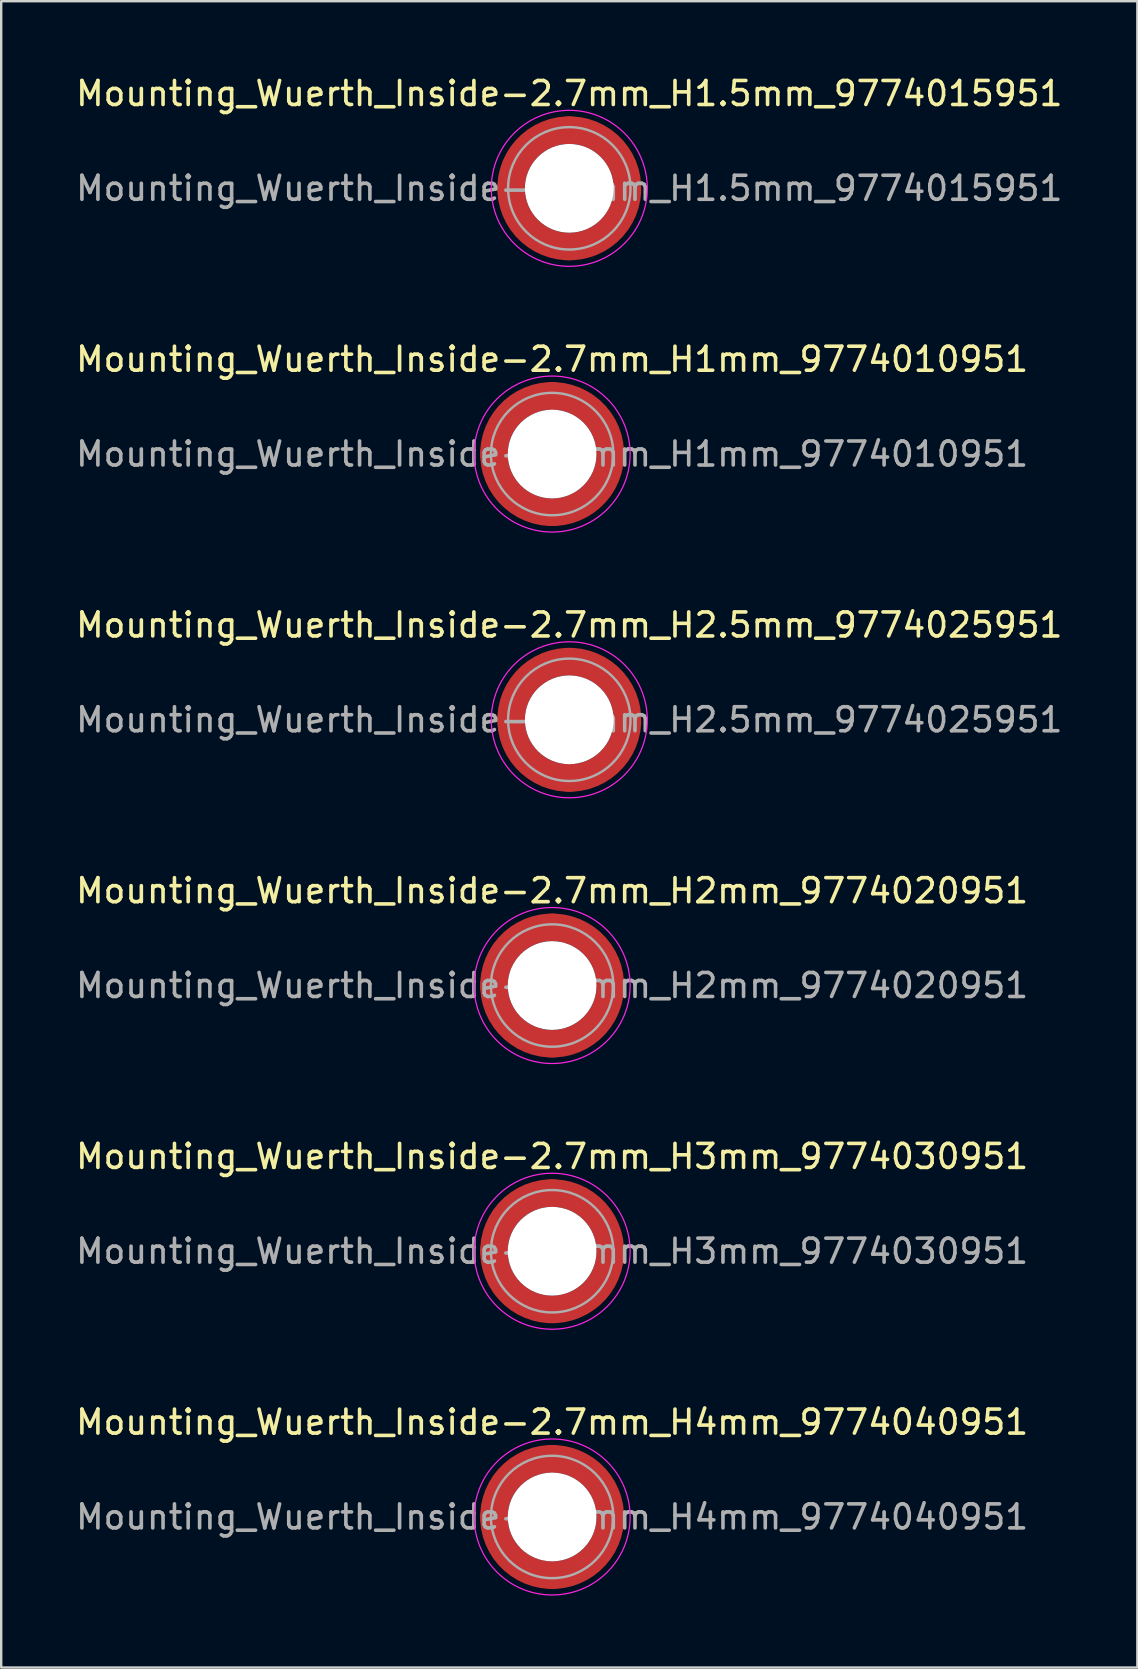
<source format=kicad_pcb>
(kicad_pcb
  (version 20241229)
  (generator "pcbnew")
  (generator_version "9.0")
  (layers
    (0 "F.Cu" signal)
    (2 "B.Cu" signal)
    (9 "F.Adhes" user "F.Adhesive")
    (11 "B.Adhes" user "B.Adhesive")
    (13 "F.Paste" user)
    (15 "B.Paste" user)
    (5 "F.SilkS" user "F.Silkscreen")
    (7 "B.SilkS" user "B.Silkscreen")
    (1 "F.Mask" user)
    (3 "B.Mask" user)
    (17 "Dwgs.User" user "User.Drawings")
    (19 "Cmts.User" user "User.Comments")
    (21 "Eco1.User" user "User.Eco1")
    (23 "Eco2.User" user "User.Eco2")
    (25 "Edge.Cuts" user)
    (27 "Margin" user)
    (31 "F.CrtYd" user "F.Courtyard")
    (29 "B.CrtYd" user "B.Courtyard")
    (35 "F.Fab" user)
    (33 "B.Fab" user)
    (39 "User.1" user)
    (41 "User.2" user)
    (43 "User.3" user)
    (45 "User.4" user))
  (footprint "Mounting_Wuerth_Inside-2.7mm_H2.5mm_9774025951"
    (layer "F.Cu")
    (at 20.673 26.945)
    (property "Reference" "Mounting_Wuerth_Inside-2.7mm_H2.5mm_9774025951" (at 0 -3.95 0) (layer "F.SilkS") (effects (font (size 1 1) (thickness 0.15))))
    (attr smd)
    (fp_circle (center 0 0) (end 3.25 0) (stroke (width 0.05) (type solid)) (fill no) (layer "F.CrtYd"))
    (fp_circle (center 0 0) (end 2.55 0) (stroke (width 0.1) (type solid)) (fill no) (layer "F.Fab"))
    (fp_text user "${REFERENCE}" (at 0 0 0) (layer "F.Fab") (effects (font (size 1 1) (thickness 0.15))))
    (pad "" smd custom (at -1.704 -1.704) (size 1.02 1.02) (layers "F.Paste") (options (anchor circle)) (primitives (gr_arc (start -0.371355 1.124127) (mid 0.180312 0.180312) (end 1.124127 -0.371355) (width 0.51)) (gr_arc (start -0.635039 1.124127) (mid 0 0) (end 1.124127 -0.635039) (width 0.51)) (gr_arc (start -0.896993 1.124127) (mid -0.180313 -0.180313) (end 1.124127 -0.896993) (width 0.51)) (gr_line (start 1.124 -0.371) (end 1.124 -0.897) (width 0.51)) (gr_line (start -0.371 1.124) (end -0.897 1.124) (width 0.51))))
    (pad "" smd custom (at -1.704 1.704) (size 1.02 1.02) (layers "F.Paste") (options (anchor circle)) (primitives (gr_arc (start 1.124127 0.371355) (mid 0.180312 -0.180312) (end -0.371355 -1.124127) (width 0.51)) (gr_arc (start 1.124127 0.635039) (mid 0 0) (end -0.635039 -1.124127) (width 0.51)) (gr_arc (start 1.124127 0.896993) (mid -0.180313 0.180313) (end -0.896993 -1.124127) (width 0.51)) (gr_line (start -0.371 -1.124) (end -0.897 -1.124) (width 0.51)) (gr_line (start 1.124 0.371) (end 1.124 0.897) (width 0.51))))
    (pad "" np_thru_hole circle (at 0 0) (size 3.7 3.7) (drill 3.7) (layers "*.Cu" "*.Mask"))
    (pad "" smd custom (at 1.704 -1.704) (size 1.02 1.02) (layers "F.Paste") (options (anchor circle)) (primitives (gr_arc (start -1.124127 -0.371355) (mid -0.180312 0.180312) (end 0.371355 1.124127) (width 0.51)) (gr_arc (start -1.124127 -0.635039) (mid 0 0) (end 0.635039 1.124127) (width 0.51)) (gr_arc (start -1.124127 -0.896993) (mid 0.180313 -0.180313) (end 0.896993 1.124127) (width 0.51)) (gr_line (start 0.371 1.124) (end 0.897 1.124) (width 0.51)) (gr_line (start -1.124 -0.371) (end -1.124 -0.897) (width 0.51))))
    (pad "" smd custom (at 1.704 1.704) (size 1.02 1.02) (layers "F.Paste") (options (anchor circle)) (primitives (gr_arc (start 0.371355 -1.124127) (mid -0.180312 -0.180312) (end -1.124127 0.371355) (width 0.51)) (gr_arc (start 0.635039 -1.124127) (mid 0 0) (end -1.124127 0.635039) (width 0.51)) (gr_arc (start 0.896993 -1.124127) (mid 0.180313 0.180313) (end -1.124127 0.896993) (width 0.51)) (gr_line (start -1.124 0.371) (end -1.124 0.897) (width 0.51)) (gr_line (start 0.371 -1.124) (end 0.897 -1.124) (width 0.51))))
    (pad "1" smd circle (at -2.425 0) (size 1.15 1.15) (layers "F.Cu"))
    (pad "1" smd circle (at 0 -2.425) (size 1.15 1.15) (layers "F.Cu"))
    (pad "1" smd circle (at 0 2.425) (size 1.15 1.15) (layers "F.Cu"))
    (pad "1" smd custom (at 2.425 0) (size 1.15 1.15) (layers "F.Cu" "F.Mask") (options (anchor circle)) (primitives (gr_circle (center -2.425 0) (end 0 0) (width 1.15) (fill no)))))
  (footprint "Mounting_Wuerth_Inside-2.7mm_H2mm_9774020951"
    (layer "F.Cu")
    (at 19.958 38.018)
    (property "Reference" "Mounting_Wuerth_Inside-2.7mm_H2mm_9774020951" (at 0 -3.95 0) (layer "F.SilkS") (effects (font (size 1 1) (thickness 0.15))))
    (attr smd)
    (fp_circle (center 0 0) (end 3.25 0) (stroke (width 0.05) (type solid)) (fill no) (layer "F.CrtYd"))
    (fp_circle (center 0 0) (end 2.55 0) (stroke (width 0.1) (type solid)) (fill no) (layer "F.Fab"))
    (fp_text user "${REFERENCE}" (at 0 0 0) (layer "F.Fab") (effects (font (size 1 1) (thickness 0.15))))
    (pad "" smd custom (at -1.704 -1.704) (size 1.02 1.02) (layers "F.Paste") (options (anchor circle)) (primitives (gr_arc (start -0.371355 1.124127) (mid 0.180312 0.180312) (end 1.124127 -0.371355) (width 0.51)) (gr_arc (start -0.635039 1.124127) (mid 0 0) (end 1.124127 -0.635039) (width 0.51)) (gr_arc (start -0.896993 1.124127) (mid -0.180313 -0.180313) (end 1.124127 -0.896993) (width 0.51)) (gr_line (start 1.124 -0.371) (end 1.124 -0.897) (width 0.51)) (gr_line (start -0.371 1.124) (end -0.897 1.124) (width 0.51))))
    (pad "" smd custom (at -1.704 1.704) (size 1.02 1.02) (layers "F.Paste") (options (anchor circle)) (primitives (gr_arc (start 1.124127 0.371355) (mid 0.180312 -0.180312) (end -0.371355 -1.124127) (width 0.51)) (gr_arc (start 1.124127 0.635039) (mid 0 0) (end -0.635039 -1.124127) (width 0.51)) (gr_arc (start 1.124127 0.896993) (mid -0.180313 0.180313) (end -0.896993 -1.124127) (width 0.51)) (gr_line (start -0.371 -1.124) (end -0.897 -1.124) (width 0.51)) (gr_line (start 1.124 0.371) (end 1.124 0.897) (width 0.51))))
    (pad "" np_thru_hole circle (at 0 0) (size 3.7 3.7) (drill 3.7) (layers "*.Cu" "*.Mask"))
    (pad "" smd custom (at 1.704 -1.704) (size 1.02 1.02) (layers "F.Paste") (options (anchor circle)) (primitives (gr_arc (start -1.124127 -0.371355) (mid -0.180312 0.180312) (end 0.371355 1.124127) (width 0.51)) (gr_arc (start -1.124127 -0.635039) (mid 0 0) (end 0.635039 1.124127) (width 0.51)) (gr_arc (start -1.124127 -0.896993) (mid 0.180313 -0.180313) (end 0.896993 1.124127) (width 0.51)) (gr_line (start 0.371 1.124) (end 0.897 1.124) (width 0.51)) (gr_line (start -1.124 -0.371) (end -1.124 -0.897) (width 0.51))))
    (pad "" smd custom (at 1.704 1.704) (size 1.02 1.02) (layers "F.Paste") (options (anchor circle)) (primitives (gr_arc (start 0.371355 -1.124127) (mid -0.180312 -0.180312) (end -1.124127 0.371355) (width 0.51)) (gr_arc (start 0.635039 -1.124127) (mid 0 0) (end -1.124127 0.635039) (width 0.51)) (gr_arc (start 0.896993 -1.124127) (mid 0.180313 0.180313) (end -1.124127 0.896993) (width 0.51)) (gr_line (start -1.124 0.371) (end -1.124 0.897) (width 0.51)) (gr_line (start 0.371 -1.124) (end 0.897 -1.124) (width 0.51))))
    (pad "1" smd circle (at -2.425 0) (size 1.15 1.15) (layers "F.Cu"))
    (pad "1" smd circle (at 0 -2.425) (size 1.15 1.15) (layers "F.Cu"))
    (pad "1" smd circle (at 0 2.425) (size 1.15 1.15) (layers "F.Cu"))
    (pad "1" smd custom (at 2.425 0) (size 1.15 1.15) (layers "F.Cu" "F.Mask") (options (anchor circle)) (primitives (gr_circle (center -2.425 0) (end 0 0) (width 1.15) (fill no)))))
  (footprint "Mounting_Wuerth_Inside-2.7mm_H4mm_9774040951"
    (layer "F.Cu")
    (at 19.958 60.164)
    (property "Reference" "Mounting_Wuerth_Inside-2.7mm_H4mm_9774040951" (at 0 -3.95 0) (layer "F.SilkS") (effects (font (size 1 1) (thickness 0.15))))
    (attr smd)
    (fp_circle (center 0 0) (end 3.25 0) (stroke (width 0.05) (type solid)) (fill no) (layer "F.CrtYd"))
    (fp_circle (center 0 0) (end 2.55 0) (stroke (width 0.1) (type solid)) (fill no) (layer "F.Fab"))
    (fp_text user "${REFERENCE}" (at 0 0 0) (layer "F.Fab") (effects (font (size 1 1) (thickness 0.15))))
    (pad "" smd custom (at -1.704 -1.704) (size 1.02 1.02) (layers "F.Paste") (options (anchor circle)) (primitives (gr_arc (start -0.371355 1.124127) (mid 0.180312 0.180312) (end 1.124127 -0.371355) (width 0.51)) (gr_arc (start -0.635039 1.124127) (mid 0 0) (end 1.124127 -0.635039) (width 0.51)) (gr_arc (start -0.896993 1.124127) (mid -0.180313 -0.180313) (end 1.124127 -0.896993) (width 0.51)) (gr_line (start 1.124 -0.371) (end 1.124 -0.897) (width 0.51)) (gr_line (start -0.371 1.124) (end -0.897 1.124) (width 0.51))))
    (pad "" smd custom (at -1.704 1.704) (size 1.02 1.02) (layers "F.Paste") (options (anchor circle)) (primitives (gr_arc (start 1.124127 0.371355) (mid 0.180312 -0.180312) (end -0.371355 -1.124127) (width 0.51)) (gr_arc (start 1.124127 0.635039) (mid 0 0) (end -0.635039 -1.124127) (width 0.51)) (gr_arc (start 1.124127 0.896993) (mid -0.180313 0.180313) (end -0.896993 -1.124127) (width 0.51)) (gr_line (start -0.371 -1.124) (end -0.897 -1.124) (width 0.51)) (gr_line (start 1.124 0.371) (end 1.124 0.897) (width 0.51))))
    (pad "" np_thru_hole circle (at 0 0) (size 3.7 3.7) (drill 3.7) (layers "*.Cu" "*.Mask"))
    (pad "" smd custom (at 1.704 -1.704) (size 1.02 1.02) (layers "F.Paste") (options (anchor circle)) (primitives (gr_arc (start -1.124127 -0.371355) (mid -0.180312 0.180312) (end 0.371355 1.124127) (width 0.51)) (gr_arc (start -1.124127 -0.635039) (mid 0 0) (end 0.635039 1.124127) (width 0.51)) (gr_arc (start -1.124127 -0.896993) (mid 0.180313 -0.180313) (end 0.896993 1.124127) (width 0.51)) (gr_line (start 0.371 1.124) (end 0.897 1.124) (width 0.51)) (gr_line (start -1.124 -0.371) (end -1.124 -0.897) (width 0.51))))
    (pad "" smd custom (at 1.704 1.704) (size 1.02 1.02) (layers "F.Paste") (options (anchor circle)) (primitives (gr_arc (start 0.371355 -1.124127) (mid -0.180312 -0.180312) (end -1.124127 0.371355) (width 0.51)) (gr_arc (start 0.635039 -1.124127) (mid 0 0) (end -1.124127 0.635039) (width 0.51)) (gr_arc (start 0.896993 -1.124127) (mid 0.180313 0.180313) (end -1.124127 0.896993) (width 0.51)) (gr_line (start -1.124 0.371) (end -1.124 0.897) (width 0.51)) (gr_line (start 0.371 -1.124) (end 0.897 -1.124) (width 0.51))))
    (pad "1" smd circle (at -2.425 0) (size 1.15 1.15) (layers "F.Cu"))
    (pad "1" smd circle (at 0 -2.425) (size 1.15 1.15) (layers "F.Cu"))
    (pad "1" smd circle (at 0 2.425) (size 1.15 1.15) (layers "F.Cu"))
    (pad "1" smd custom (at 2.425 0) (size 1.15 1.15) (layers "F.Cu" "F.Mask") (options (anchor circle)) (primitives (gr_circle (center -2.425 0) (end 0 0) (width 1.15) (fill no)))))
  (footprint "Mounting_Wuerth_Inside-2.7mm_H3mm_9774030951"
    (layer "F.Cu")
    (at 19.958 49.091)
    (property "Reference" "Mounting_Wuerth_Inside-2.7mm_H3mm_9774030951" (at 0 -3.95 0) (layer "F.SilkS") (effects (font (size 1 1) (thickness 0.15))))
    (attr smd)
    (fp_circle (center 0 0) (end 3.25 0) (stroke (width 0.05) (type solid)) (fill no) (layer "F.CrtYd"))
    (fp_circle (center 0 0) (end 2.55 0) (stroke (width 0.1) (type solid)) (fill no) (layer "F.Fab"))
    (fp_text user "${REFERENCE}" (at 0 0 0) (layer "F.Fab") (effects (font (size 1 1) (thickness 0.15))))
    (pad "" smd custom (at -1.704 -1.704) (size 1.02 1.02) (layers "F.Paste") (options (anchor circle)) (primitives (gr_arc (start -0.371355 1.124127) (mid 0.180312 0.180312) (end 1.124127 -0.371355) (width 0.51)) (gr_arc (start -0.635039 1.124127) (mid 0 0) (end 1.124127 -0.635039) (width 0.51)) (gr_arc (start -0.896993 1.124127) (mid -0.180313 -0.180313) (end 1.124127 -0.896993) (width 0.51)) (gr_line (start 1.124 -0.371) (end 1.124 -0.897) (width 0.51)) (gr_line (start -0.371 1.124) (end -0.897 1.124) (width 0.51))))
    (pad "" smd custom (at -1.704 1.704) (size 1.02 1.02) (layers "F.Paste") (options (anchor circle)) (primitives (gr_arc (start 1.124127 0.371355) (mid 0.180312 -0.180312) (end -0.371355 -1.124127) (width 0.51)) (gr_arc (start 1.124127 0.635039) (mid 0 0) (end -0.635039 -1.124127) (width 0.51)) (gr_arc (start 1.124127 0.896993) (mid -0.180313 0.180313) (end -0.896993 -1.124127) (width 0.51)) (gr_line (start -0.371 -1.124) (end -0.897 -1.124) (width 0.51)) (gr_line (start 1.124 0.371) (end 1.124 0.897) (width 0.51))))
    (pad "" np_thru_hole circle (at 0 0) (size 3.7 3.7) (drill 3.7) (layers "*.Cu" "*.Mask"))
    (pad "" smd custom (at 1.704 -1.704) (size 1.02 1.02) (layers "F.Paste") (options (anchor circle)) (primitives (gr_arc (start -1.124127 -0.371355) (mid -0.180312 0.180312) (end 0.371355 1.124127) (width 0.51)) (gr_arc (start -1.124127 -0.635039) (mid 0 0) (end 0.635039 1.124127) (width 0.51)) (gr_arc (start -1.124127 -0.896993) (mid 0.180313 -0.180313) (end 0.896993 1.124127) (width 0.51)) (gr_line (start 0.371 1.124) (end 0.897 1.124) (width 0.51)) (gr_line (start -1.124 -0.371) (end -1.124 -0.897) (width 0.51))))
    (pad "" smd custom (at 1.704 1.704) (size 1.02 1.02) (layers "F.Paste") (options (anchor circle)) (primitives (gr_arc (start 0.371355 -1.124127) (mid -0.180312 -0.180312) (end -1.124127 0.371355) (width 0.51)) (gr_arc (start 0.635039 -1.124127) (mid 0 0) (end -1.124127 0.635039) (width 0.51)) (gr_arc (start 0.896993 -1.124127) (mid 0.180313 0.180313) (end -1.124127 0.896993) (width 0.51)) (gr_line (start -1.124 0.371) (end -1.124 0.897) (width 0.51)) (gr_line (start 0.371 -1.124) (end 0.897 -1.124) (width 0.51))))
    (pad "1" smd circle (at -2.425 0) (size 1.15 1.15) (layers "F.Cu"))
    (pad "1" smd circle (at 0 -2.425) (size 1.15 1.15) (layers "F.Cu"))
    (pad "1" smd circle (at 0 2.425) (size 1.15 1.15) (layers "F.Cu"))
    (pad "1" smd custom (at 2.425 0) (size 1.15 1.15) (layers "F.Cu" "F.Mask") (options (anchor circle)) (primitives (gr_circle (center -2.425 0) (end 0 0) (width 1.15) (fill no)))))
  (footprint "Mounting_Wuerth_Inside-2.7mm_H1mm_9774010951"
    (layer "F.Cu")
    (at 19.958 15.871)
    (property "Reference" "Mounting_Wuerth_Inside-2.7mm_H1mm_9774010951" (at 0 -3.95 0) (layer "F.SilkS") (effects (font (size 1 1) (thickness 0.15))))
    (attr smd)
    (fp_circle (center 0 0) (end 3.25 0) (stroke (width 0.05) (type solid)) (fill no) (layer "F.CrtYd"))
    (fp_circle (center 0 0) (end 2.55 0) (stroke (width 0.1) (type solid)) (fill no) (layer "F.Fab"))
    (fp_text user "${REFERENCE}" (at 0 0 0) (layer "F.Fab") (effects (font (size 1 1) (thickness 0.15))))
    (pad "" smd custom (at -1.704 -1.704) (size 1.02 1.02) (layers "F.Paste") (options (anchor circle)) (primitives (gr_arc (start -0.371355 1.124127) (mid 0.180312 0.180312) (end 1.124127 -0.371355) (width 0.51)) (gr_arc (start -0.635039 1.124127) (mid 0 0) (end 1.124127 -0.635039) (width 0.51)) (gr_arc (start -0.896993 1.124127) (mid -0.180313 -0.180313) (end 1.124127 -0.896993) (width 0.51)) (gr_line (start 1.124 -0.371) (end 1.124 -0.897) (width 0.51)) (gr_line (start -0.371 1.124) (end -0.897 1.124) (width 0.51))))
    (pad "" smd custom (at -1.704 1.704) (size 1.02 1.02) (layers "F.Paste") (options (anchor circle)) (primitives (gr_arc (start 1.124127 0.371355) (mid 0.180312 -0.180312) (end -0.371355 -1.124127) (width 0.51)) (gr_arc (start 1.124127 0.635039) (mid 0 0) (end -0.635039 -1.124127) (width 0.51)) (gr_arc (start 1.124127 0.896993) (mid -0.180313 0.180313) (end -0.896993 -1.124127) (width 0.51)) (gr_line (start -0.371 -1.124) (end -0.897 -1.124) (width 0.51)) (gr_line (start 1.124 0.371) (end 1.124 0.897) (width 0.51))))
    (pad "" np_thru_hole circle (at 0 0) (size 3.7 3.7) (drill 3.7) (layers "*.Cu" "*.Mask"))
    (pad "" smd custom (at 1.704 -1.704) (size 1.02 1.02) (layers "F.Paste") (options (anchor circle)) (primitives (gr_arc (start -1.124127 -0.371355) (mid -0.180312 0.180312) (end 0.371355 1.124127) (width 0.51)) (gr_arc (start -1.124127 -0.635039) (mid 0 0) (end 0.635039 1.124127) (width 0.51)) (gr_arc (start -1.124127 -0.896993) (mid 0.180313 -0.180313) (end 0.896993 1.124127) (width 0.51)) (gr_line (start 0.371 1.124) (end 0.897 1.124) (width 0.51)) (gr_line (start -1.124 -0.371) (end -1.124 -0.897) (width 0.51))))
    (pad "" smd custom (at 1.704 1.704) (size 1.02 1.02) (layers "F.Paste") (options (anchor circle)) (primitives (gr_arc (start 0.371355 -1.124127) (mid -0.180312 -0.180312) (end -1.124127 0.371355) (width 0.51)) (gr_arc (start 0.635039 -1.124127) (mid 0 0) (end -1.124127 0.635039) (width 0.51)) (gr_arc (start 0.896993 -1.124127) (mid 0.180313 0.180313) (end -1.124127 0.896993) (width 0.51)) (gr_line (start -1.124 0.371) (end -1.124 0.897) (width 0.51)) (gr_line (start 0.371 -1.124) (end 0.897 -1.124) (width 0.51))))
    (pad "1" smd circle (at -2.425 0) (size 1.15 1.15) (layers "F.Cu"))
    (pad "1" smd circle (at 0 -2.425) (size 1.15 1.15) (layers "F.Cu"))
    (pad "1" smd circle (at 0 2.425) (size 1.15 1.15) (layers "F.Cu"))
    (pad "1" smd custom (at 2.425 0) (size 1.15 1.15) (layers "F.Cu" "F.Mask") (options (anchor circle)) (primitives (gr_circle (center -2.425 0) (end 0 0) (width 1.15) (fill no)))))
  (footprint "Mounting_Wuerth_Inside-2.7mm_H1.5mm_9774015951"
    (layer "F.Cu")
    (at 20.673 4.798)
    (property "Reference" "Mounting_Wuerth_Inside-2.7mm_H1.5mm_9774015951" (at 0 -3.95 0) (layer "F.SilkS") (effects (font (size 1 1) (thickness 0.15))))
    (attr smd)
    (fp_circle (center 0 0) (end 3.25 0) (stroke (width 0.05) (type solid)) (fill no) (layer "F.CrtYd"))
    (fp_circle (center 0 0) (end 2.55 0) (stroke (width 0.1) (type solid)) (fill no) (layer "F.Fab"))
    (fp_text user "${REFERENCE}" (at 0 0 0) (layer "F.Fab") (effects (font (size 1 1) (thickness 0.15))))
    (pad "" smd custom (at -1.704 -1.704) (size 1.02 1.02) (layers "F.Paste") (options (anchor circle)) (primitives (gr_arc (start -0.371355 1.124127) (mid 0.180312 0.180312) (end 1.124127 -0.371355) (width 0.51)) (gr_arc (start -0.635039 1.124127) (mid 0 0) (end 1.124127 -0.635039) (width 0.51)) (gr_arc (start -0.896993 1.124127) (mid -0.180313 -0.180313) (end 1.124127 -0.896993) (width 0.51)) (gr_line (start 1.124 -0.371) (end 1.124 -0.897) (width 0.51)) (gr_line (start -0.371 1.124) (end -0.897 1.124) (width 0.51))))
    (pad "" smd custom (at -1.704 1.704) (size 1.02 1.02) (layers "F.Paste") (options (anchor circle)) (primitives (gr_arc (start 1.124127 0.371355) (mid 0.180312 -0.180312) (end -0.371355 -1.124127) (width 0.51)) (gr_arc (start 1.124127 0.635039) (mid 0 0) (end -0.635039 -1.124127) (width 0.51)) (gr_arc (start 1.124127 0.896993) (mid -0.180313 0.180313) (end -0.896993 -1.124127) (width 0.51)) (gr_line (start -0.371 -1.124) (end -0.897 -1.124) (width 0.51)) (gr_line (start 1.124 0.371) (end 1.124 0.897) (width 0.51))))
    (pad "" np_thru_hole circle (at 0 0) (size 3.7 3.7) (drill 3.7) (layers "*.Cu" "*.Mask"))
    (pad "" smd custom (at 1.704 -1.704) (size 1.02 1.02) (layers "F.Paste") (options (anchor circle)) (primitives (gr_arc (start -1.124127 -0.371355) (mid -0.180312 0.180312) (end 0.371355 1.124127) (width 0.51)) (gr_arc (start -1.124127 -0.635039) (mid 0 0) (end 0.635039 1.124127) (width 0.51)) (gr_arc (start -1.124127 -0.896993) (mid 0.180313 -0.180313) (end 0.896993 1.124127) (width 0.51)) (gr_line (start 0.371 1.124) (end 0.897 1.124) (width 0.51)) (gr_line (start -1.124 -0.371) (end -1.124 -0.897) (width 0.51))))
    (pad "" smd custom (at 1.704 1.704) (size 1.02 1.02) (layers "F.Paste") (options (anchor circle)) (primitives (gr_arc (start 0.371355 -1.124127) (mid -0.180312 -0.180312) (end -1.124127 0.371355) (width 0.51)) (gr_arc (start 0.635039 -1.124127) (mid 0 0) (end -1.124127 0.635039) (width 0.51)) (gr_arc (start 0.896993 -1.124127) (mid 0.180313 0.180313) (end -1.124127 0.896993) (width 0.51)) (gr_line (start -1.124 0.371) (end -1.124 0.897) (width 0.51)) (gr_line (start 0.371 -1.124) (end 0.897 -1.124) (width 0.51))))
    (pad "1" smd circle (at -2.425 0) (size 1.15 1.15) (layers "F.Cu"))
    (pad "1" smd circle (at 0 -2.425) (size 1.15 1.15) (layers "F.Cu"))
    (pad "1" smd circle (at 0 2.425) (size 1.15 1.15) (layers "F.Cu"))
    (pad "1" smd custom (at 2.425 0) (size 1.15 1.15) (layers "F.Cu" "F.Mask") (options (anchor circle)) (primitives (gr_circle (center -2.425 0) (end 0 0) (width 1.15) (fill no)))))
  (gr_rect
    (start -3 -3)
    (end 44.345 66.439)
    (stroke (width 0.1) (type default))
    (fill no)
    (layer "Edge.Cuts")))
</source>
